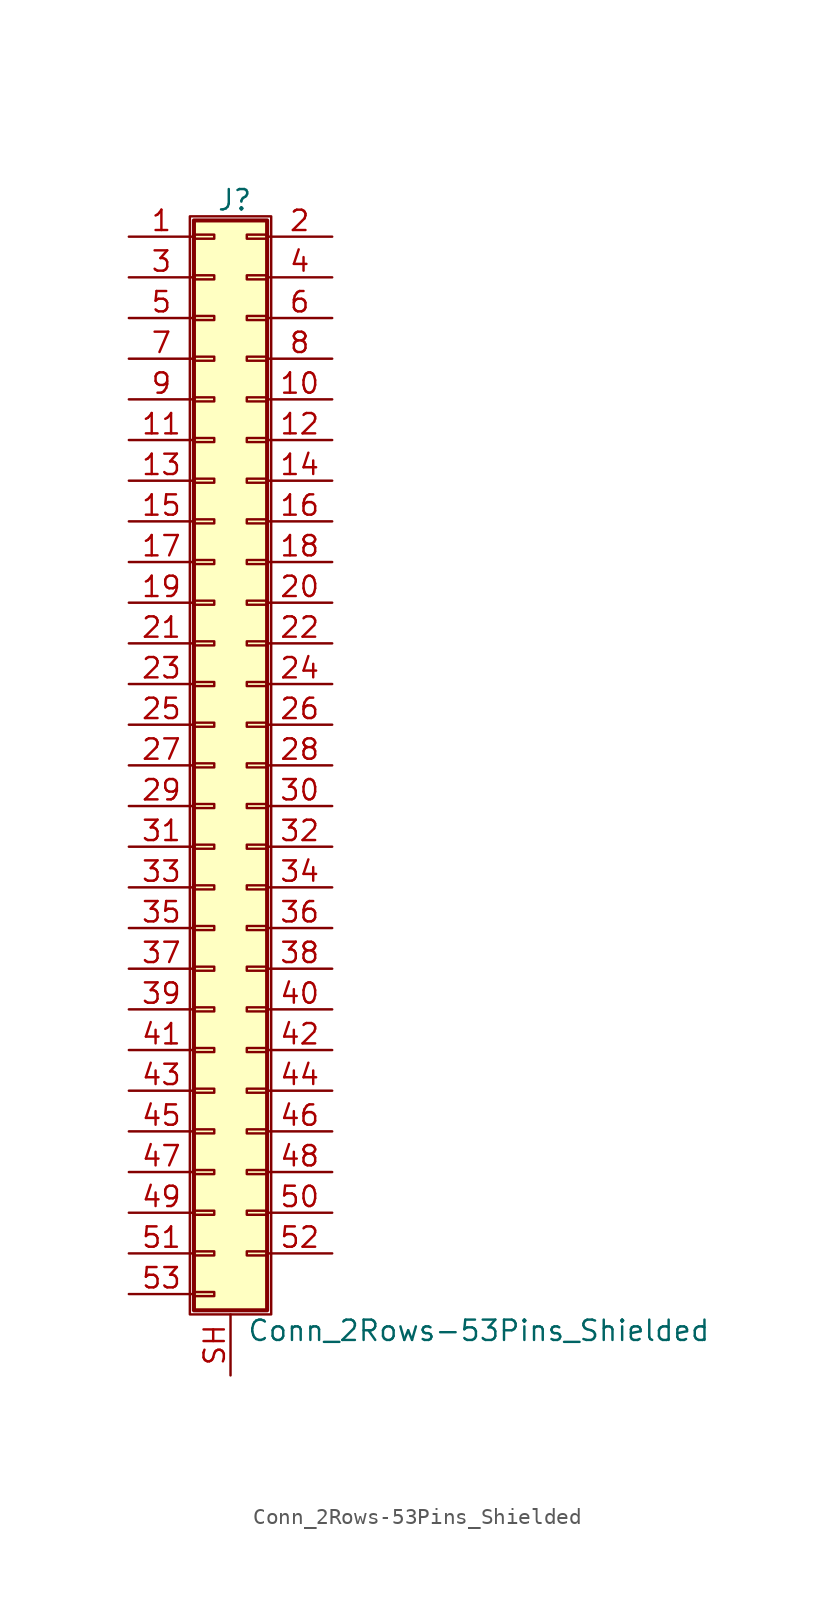
<source format=kicad_sym>
(kicad_symbol_lib
  (version 20220914)
  (generator kicad_symbol_editor)
  (symbol "Conn_2Rows-53Pins_Shielded"
    (pin_names
      (offset 1.016) hide)
    (property "Reference" "J"
      (at 1.524 35.306 0)
      (effects (font (size 1.27 1.27))))
    (property "Value" "Conn_2Rows-53Pins_Shielded"
      (at 2.286 -35.306 0)
      (effects (font (size 1.27 1.27)) (justify left)))
    (symbol "Conn_2Rows-53Pins_Shielded_1_1"
      (rectangle (start -1.27 34.29) (end 3.81 -34.29) (stroke (width 0.152) (type default)) (fill (type none)))
      (rectangle (start -1.016 -32.893) (end 0.254 -33.147) (stroke (width 0.152) (type default)) (fill (type none)))
      (rectangle (start -1.016 -30.353) (end 0.254 -30.607) (stroke (width 0.152) (type default)) (fill (type none)))
      (rectangle (start -1.016 -27.813) (end 0.254 -28.067) (stroke (width 0.152) (type default)) (fill (type none)))
      (rectangle (start -1.016 -25.273) (end 0.254 -25.527) (stroke (width 0.152) (type default)) (fill (type none)))
      (rectangle (start -1.016 -22.733) (end 0.254 -22.987) (stroke (width 0.152) (type default)) (fill (type none)))
      (rectangle (start -1.016 -20.193) (end 0.254 -20.447) (stroke (width 0.152) (type default)) (fill (type none)))
      (rectangle (start -1.016 -17.653) (end 0.254 -17.907) (stroke (width 0.152) (type default)) (fill (type none)))
      (rectangle (start -1.016 -15.113) (end 0.254 -15.367) (stroke (width 0.152) (type default)) (fill (type none)))
      (rectangle (start -1.016 -12.573) (end 0.254 -12.827) (stroke (width 0.152) (type default)) (fill (type none)))
      (rectangle (start -1.016 -10.033) (end 0.254 -10.287) (stroke (width 0.152) (type default)) (fill (type none)))
      (rectangle (start -1.016 -7.493) (end 0.254 -7.747) (stroke (width 0.152) (type default)) (fill (type none)))
      (rectangle (start -1.016 -4.953) (end 0.254 -5.207) (stroke (width 0.152) (type default)) (fill (type none)))
      (rectangle (start -1.016 -2.413) (end 0.254 -2.667) (stroke (width 0.152) (type default)) (fill (type none)))
      (rectangle (start -1.016 0.127) (end 0.254 -0.127) (stroke (width 0.152) (type default)) (fill (type none)))
      (rectangle (start -1.016 2.667) (end 0.254 2.413) (stroke (width 0.152) (type default)) (fill (type none)))
      (rectangle (start -1.016 5.207) (end 0.254 4.953) (stroke (width 0.152) (type default)) (fill (type none)))
      (rectangle (start -1.016 7.747) (end 0.254 7.493) (stroke (width 0.152) (type default)) (fill (type none)))
      (rectangle (start -1.016 10.287) (end 0.254 10.033) (stroke (width 0.152) (type default)) (fill (type none)))
      (rectangle (start -1.016 12.827) (end 0.254 12.573) (stroke (width 0.152) (type default)) (fill (type none)))
      (rectangle (start -1.016 15.367) (end 0.254 15.113) (stroke (width 0.152) (type default)) (fill (type none)))
      (rectangle (start -1.016 17.907) (end 0.254 17.653) (stroke (width 0.152) (type default)) (fill (type none)))
      (rectangle (start -1.016 20.447) (end 0.254 20.193) (stroke (width 0.152) (type default)) (fill (type none)))
      (rectangle (start -1.016 22.987) (end 0.254 22.733) (stroke (width 0.152) (type default)) (fill (type none)))
      (rectangle (start -1.016 25.527) (end 0.254 25.273) (stroke (width 0.152) (type default)) (fill (type none)))
      (rectangle (start -1.016 28.067) (end 0.254 27.813) (stroke (width 0.152) (type default)) (fill (type none)))
      (rectangle (start -1.016 30.607) (end 0.254 30.353) (stroke (width 0.152) (type default)) (fill (type none)))
      (rectangle (start -1.016 33.147) (end 0.254 32.893) (stroke (width 0.152) (type default)) (fill (type none)))
      (rectangle (start -1.016 34.036) (end 3.556 -34.036) (stroke (width 0.254) (type default)) (fill (type background)))
      (rectangle (start 3.556 -30.353) (end 2.286 -30.607) (stroke (width 0.152) (type default)) (fill (type none)))
      (rectangle (start 3.556 -27.813) (end 2.286 -28.067) (stroke (width 0.152) (type default)) (fill (type none)))
      (rectangle (start 3.556 -25.273) (end 2.286 -25.527) (stroke (width 0.152) (type default)) (fill (type none)))
      (rectangle (start 3.556 -22.733) (end 2.286 -22.987) (stroke (width 0.152) (type default)) (fill (type none)))
      (rectangle (start 3.556 -20.193) (end 2.286 -20.447) (stroke (width 0.152) (type default)) (fill (type none)))
      (rectangle (start 3.556 -17.653) (end 2.286 -17.907) (stroke (width 0.152) (type default)) (fill (type none)))
      (rectangle (start 3.556 -15.113) (end 2.286 -15.367) (stroke (width 0.152) (type default)) (fill (type none)))
      (rectangle (start 3.556 -12.573) (end 2.286 -12.827) (stroke (width 0.152) (type default)) (fill (type none)))
      (rectangle (start 3.556 -10.033) (end 2.286 -10.287) (stroke (width 0.152) (type default)) (fill (type none)))
      (rectangle (start 3.556 -7.493) (end 2.286 -7.747) (stroke (width 0.152) (type default)) (fill (type none)))
      (rectangle (start 3.556 -4.953) (end 2.286 -5.207) (stroke (width 0.152) (type default)) (fill (type none)))
      (rectangle (start 3.556 -2.413) (end 2.286 -2.667) (stroke (width 0.152) (type default)) (fill (type none)))
      (rectangle (start 3.556 0.127) (end 2.286 -0.127) (stroke (width 0.152) (type default)) (fill (type none)))
      (rectangle (start 3.556 2.667) (end 2.286 2.413) (stroke (width 0.152) (type default)) (fill (type none)))
      (rectangle (start 3.556 5.207) (end 2.286 4.953) (stroke (width 0.152) (type default)) (fill (type none)))
      (rectangle (start 3.556 7.747) (end 2.286 7.493) (stroke (width 0.152) (type default)) (fill (type none)))
      (rectangle (start 3.556 10.287) (end 2.286 10.033) (stroke (width 0.152) (type default)) (fill (type none)))
      (rectangle (start 3.556 12.827) (end 2.286 12.573) (stroke (width 0.152) (type default)) (fill (type none)))
      (rectangle (start 3.556 15.367) (end 2.286 15.113) (stroke (width 0.152) (type default)) (fill (type none)))
      (rectangle (start 3.556 17.907) (end 2.286 17.653) (stroke (width 0.152) (type default)) (fill (type none)))
      (rectangle (start 3.556 20.447) (end 2.286 20.193) (stroke (width 0.152) (type default)) (fill (type none)))
      (rectangle (start 3.556 22.987) (end 2.286 22.733) (stroke (width 0.152) (type default)) (fill (type none)))
      (rectangle (start 3.556 25.527) (end 2.286 25.273) (stroke (width 0.152) (type default)) (fill (type none)))
      (rectangle (start 3.556 28.067) (end 2.286 27.813) (stroke (width 0.152) (type default)) (fill (type none)))
      (rectangle (start 3.556 30.607) (end 2.286 30.353) (stroke (width 0.152) (type default)) (fill (type none)))
      (rectangle (start 3.556 33.147) (end 2.286 32.893) (stroke (width 0.152) (type default)) (fill (type none)))
      (pin passive line (at -5.08 33.02 0) (length 4.064) (name "Pin_1" (effects (font (size 1.27 1.27)))) (number "1" (effects (font (size 1.27 1.27)))))
      (pin passive line (at 7.62 22.86 180) (length 4.064) (name "Pin_10" (effects (font (size 1.27 1.27)))) (number "10" (effects (font (size 1.27 1.27)))))
      (pin passive line (at -5.08 20.32 0) (length 4.064) (name "Pin_11" (effects (font (size 1.27 1.27)))) (number "11" (effects (font (size 1.27 1.27)))))
      (pin passive line (at 7.62 20.32 180) (length 4.064) (name "Pin_12" (effects (font (size 1.27 1.27)))) (number "12" (effects (font (size 1.27 1.27)))))
      (pin passive line (at -5.08 17.78 0) (length 4.064) (name "Pin_13" (effects (font (size 1.27 1.27)))) (number "13" (effects (font (size 1.27 1.27)))))
      (pin passive line (at 7.62 17.78 180) (length 4.064) (name "Pin_14" (effects (font (size 1.27 1.27)))) (number "14" (effects (font (size 1.27 1.27)))))
      (pin passive line (at -5.08 15.24 0) (length 4.064) (name "Pin_15" (effects (font (size 1.27 1.27)))) (number "15" (effects (font (size 1.27 1.27)))))
      (pin passive line (at 7.62 15.24 180) (length 4.064) (name "Pin_16" (effects (font (size 1.27 1.27)))) (number "16" (effects (font (size 1.27 1.27)))))
      (pin passive line (at -5.08 12.7 0) (length 4.064) (name "Pin_17" (effects (font (size 1.27 1.27)))) (number "17" (effects (font (size 1.27 1.27)))))
      (pin passive line (at 7.62 12.7 180) (length 4.064) (name "Pin_18" (effects (font (size 1.27 1.27)))) (number "18" (effects (font (size 1.27 1.27)))))
      (pin passive line (at -5.08 10.16 0) (length 4.064) (name "Pin_19" (effects (font (size 1.27 1.27)))) (number "19" (effects (font (size 1.27 1.27)))))
      (pin passive line (at 7.62 33.02 180) (length 4.064) (name "Pin_2" (effects (font (size 1.27 1.27)))) (number "2" (effects (font (size 1.27 1.27)))))
      (pin passive line (at 7.62 10.16 180) (length 4.064) (name "Pin_20" (effects (font (size 1.27 1.27)))) (number "20" (effects (font (size 1.27 1.27)))))
      (pin passive line (at -5.08 7.62 0) (length 4.064) (name "Pin_21" (effects (font (size 1.27 1.27)))) (number "21" (effects (font (size 1.27 1.27)))))
      (pin passive line (at 7.62 7.62 180) (length 4.064) (name "Pin_22" (effects (font (size 1.27 1.27)))) (number "22" (effects (font (size 1.27 1.27)))))
      (pin passive line (at -5.08 5.08 0) (length 4.064) (name "Pin_23" (effects (font (size 1.27 1.27)))) (number "23" (effects (font (size 1.27 1.27)))))
      (pin passive line (at 7.62 5.08 180) (length 4.064) (name "Pin_24" (effects (font (size 1.27 1.27)))) (number "24" (effects (font (size 1.27 1.27)))))
      (pin passive line (at -5.08 2.54 0) (length 4.064) (name "Pin_25" (effects (font (size 1.27 1.27)))) (number "25" (effects (font (size 1.27 1.27)))))
      (pin passive line (at 7.62 2.54 180) (length 4.064) (name "Pin_26" (effects (font (size 1.27 1.27)))) (number "26" (effects (font (size 1.27 1.27)))))
      (pin passive line (at -5.08 0 0) (length 4.064) (name "Pin_27" (effects (font (size 1.27 1.27)))) (number "27" (effects (font (size 1.27 1.27)))))
      (pin passive line (at 7.62 0 180) (length 4.064) (name "Pin_28" (effects (font (size 1.27 1.27)))) (number "28" (effects (font (size 1.27 1.27)))))
      (pin passive line (at -5.08 -2.54 0) (length 4.064) (name "Pin_29" (effects (font (size 1.27 1.27)))) (number "29" (effects (font (size 1.27 1.27)))))
      (pin passive line (at -5.08 30.48 0) (length 4.064) (name "Pin_3" (effects (font (size 1.27 1.27)))) (number "3" (effects (font (size 1.27 1.27)))))
      (pin passive line (at 7.62 -2.54 180) (length 4.064) (name "Pin_30" (effects (font (size 1.27 1.27)))) (number "30" (effects (font (size 1.27 1.27)))))
      (pin passive line (at -5.08 -5.08 0) (length 4.064) (name "Pin_31" (effects (font (size 1.27 1.27)))) (number "31" (effects (font (size 1.27 1.27)))))
      (pin passive line (at 7.62 -5.08 180) (length 4.064) (name "Pin_32" (effects (font (size 1.27 1.27)))) (number "32" (effects (font (size 1.27 1.27)))))
      (pin passive line (at -5.08 -7.62 0) (length 4.064) (name "Pin_33" (effects (font (size 1.27 1.27)))) (number "33" (effects (font (size 1.27 1.27)))))
      (pin passive line (at 7.62 -7.62 180) (length 4.064) (name "Pin_34" (effects (font (size 1.27 1.27)))) (number "34" (effects (font (size 1.27 1.27)))))
      (pin passive line (at -5.08 -10.16 0) (length 4.064) (name "Pin_35" (effects (font (size 1.27 1.27)))) (number "35" (effects (font (size 1.27 1.27)))))
      (pin passive line (at 7.62 -10.16 180) (length 4.064) (name "Pin_36" (effects (font (size 1.27 1.27)))) (number "36" (effects (font (size 1.27 1.27)))))
      (pin passive line (at -5.08 -12.7 0) (length 4.064) (name "Pin_37" (effects (font (size 1.27 1.27)))) (number "37" (effects (font (size 1.27 1.27)))))
      (pin passive line (at 7.62 -12.7 180) (length 4.064) (name "Pin_38" (effects (font (size 1.27 1.27)))) (number "38" (effects (font (size 1.27 1.27)))))
      (pin passive line (at -5.08 -15.24 0) (length 4.064) (name "Pin_39" (effects (font (size 1.27 1.27)))) (number "39" (effects (font (size 1.27 1.27)))))
      (pin passive line (at 7.62 30.48 180) (length 4.064) (name "Pin_4" (effects (font (size 1.27 1.27)))) (number "4" (effects (font (size 1.27 1.27)))))
      (pin passive line (at 7.62 -15.24 180) (length 4.064) (name "Pin_40" (effects (font (size 1.27 1.27)))) (number "40" (effects (font (size 1.27 1.27)))))
      (pin passive line (at -5.08 -17.78 0) (length 4.064) (name "Pin_41" (effects (font (size 1.27 1.27)))) (number "41" (effects (font (size 1.27 1.27)))))
      (pin passive line (at 7.62 -17.78 180) (length 4.064) (name "Pin_42" (effects (font (size 1.27 1.27)))) (number "42" (effects (font (size 1.27 1.27)))))
      (pin passive line (at -5.08 -20.32 0) (length 4.064) (name "Pin_43" (effects (font (size 1.27 1.27)))) (number "43" (effects (font (size 1.27 1.27)))))
      (pin passive line (at 7.62 -20.32 180) (length 4.064) (name "Pin_44" (effects (font (size 1.27 1.27)))) (number "44" (effects (font (size 1.27 1.27)))))
      (pin passive line (at -5.08 -22.86 0) (length 4.064) (name "Pin_45" (effects (font (size 1.27 1.27)))) (number "45" (effects (font (size 1.27 1.27)))))
      (pin passive line (at 7.62 -22.86 180) (length 4.064) (name "Pin_46" (effects (font (size 1.27 1.27)))) (number "46" (effects (font (size 1.27 1.27)))))
      (pin passive line (at -5.08 -25.4 0) (length 4.064) (name "Pin_47" (effects (font (size 1.27 1.27)))) (number "47" (effects (font (size 1.27 1.27)))))
      (pin passive line (at 7.62 -25.4 180) (length 4.064) (name "Pin_48" (effects (font (size 1.27 1.27)))) (number "48" (effects (font (size 1.27 1.27)))))
      (pin passive line (at -5.08 -27.94 0) (length 4.064) (name "Pin_49" (effects (font (size 1.27 1.27)))) (number "49" (effects (font (size 1.27 1.27)))))
      (pin passive line (at -5.08 27.94 0) (length 4.064) (name "Pin_5" (effects (font (size 1.27 1.27)))) (number "5" (effects (font (size 1.27 1.27)))))
      (pin passive line (at 7.62 -27.94 180) (length 4.064) (name "Pin_50" (effects (font (size 1.27 1.27)))) (number "50" (effects (font (size 1.27 1.27)))))
      (pin passive line (at -5.08 -30.48 0) (length 4.064) (name "Pin_51" (effects (font (size 1.27 1.27)))) (number "51" (effects (font (size 1.27 1.27)))))
      (pin passive line (at 7.62 -30.48 180) (length 4.064) (name "Pin_52" (effects (font (size 1.27 1.27)))) (number "52" (effects (font (size 1.27 1.27)))))
      (pin passive line (at -5.08 -33.02 0) (length 4.064) (name "Pin_53" (effects (font (size 1.27 1.27)))) (number "53" (effects (font (size 1.27 1.27)))))
      (pin passive line (at 7.62 27.94 180) (length 4.064) (name "Pin_6" (effects (font (size 1.27 1.27)))) (number "6" (effects (font (size 1.27 1.27)))))
      (pin passive line (at -5.08 25.4 0) (length 4.064) (name "Pin_7" (effects (font (size 1.27 1.27)))) (number "7" (effects (font (size 1.27 1.27)))))
      (pin passive line (at 7.62 25.4 180) (length 4.064) (name "Pin_8" (effects (font (size 1.27 1.27)))) (number "8" (effects (font (size 1.27 1.27)))))
      (pin passive line (at -5.08 22.86 0) (length 4.064) (name "Pin_9" (effects (font (size 1.27 1.27)))) (number "9" (effects (font (size 1.27 1.27)))))
      (pin passive line (at 1.27 -38.1 90) (length 3.81) (name "Shield" (effects (font (size 1.27 1.27)))) (number "SH" (effects (font (size 1.27 1.27))))))))
</source>
